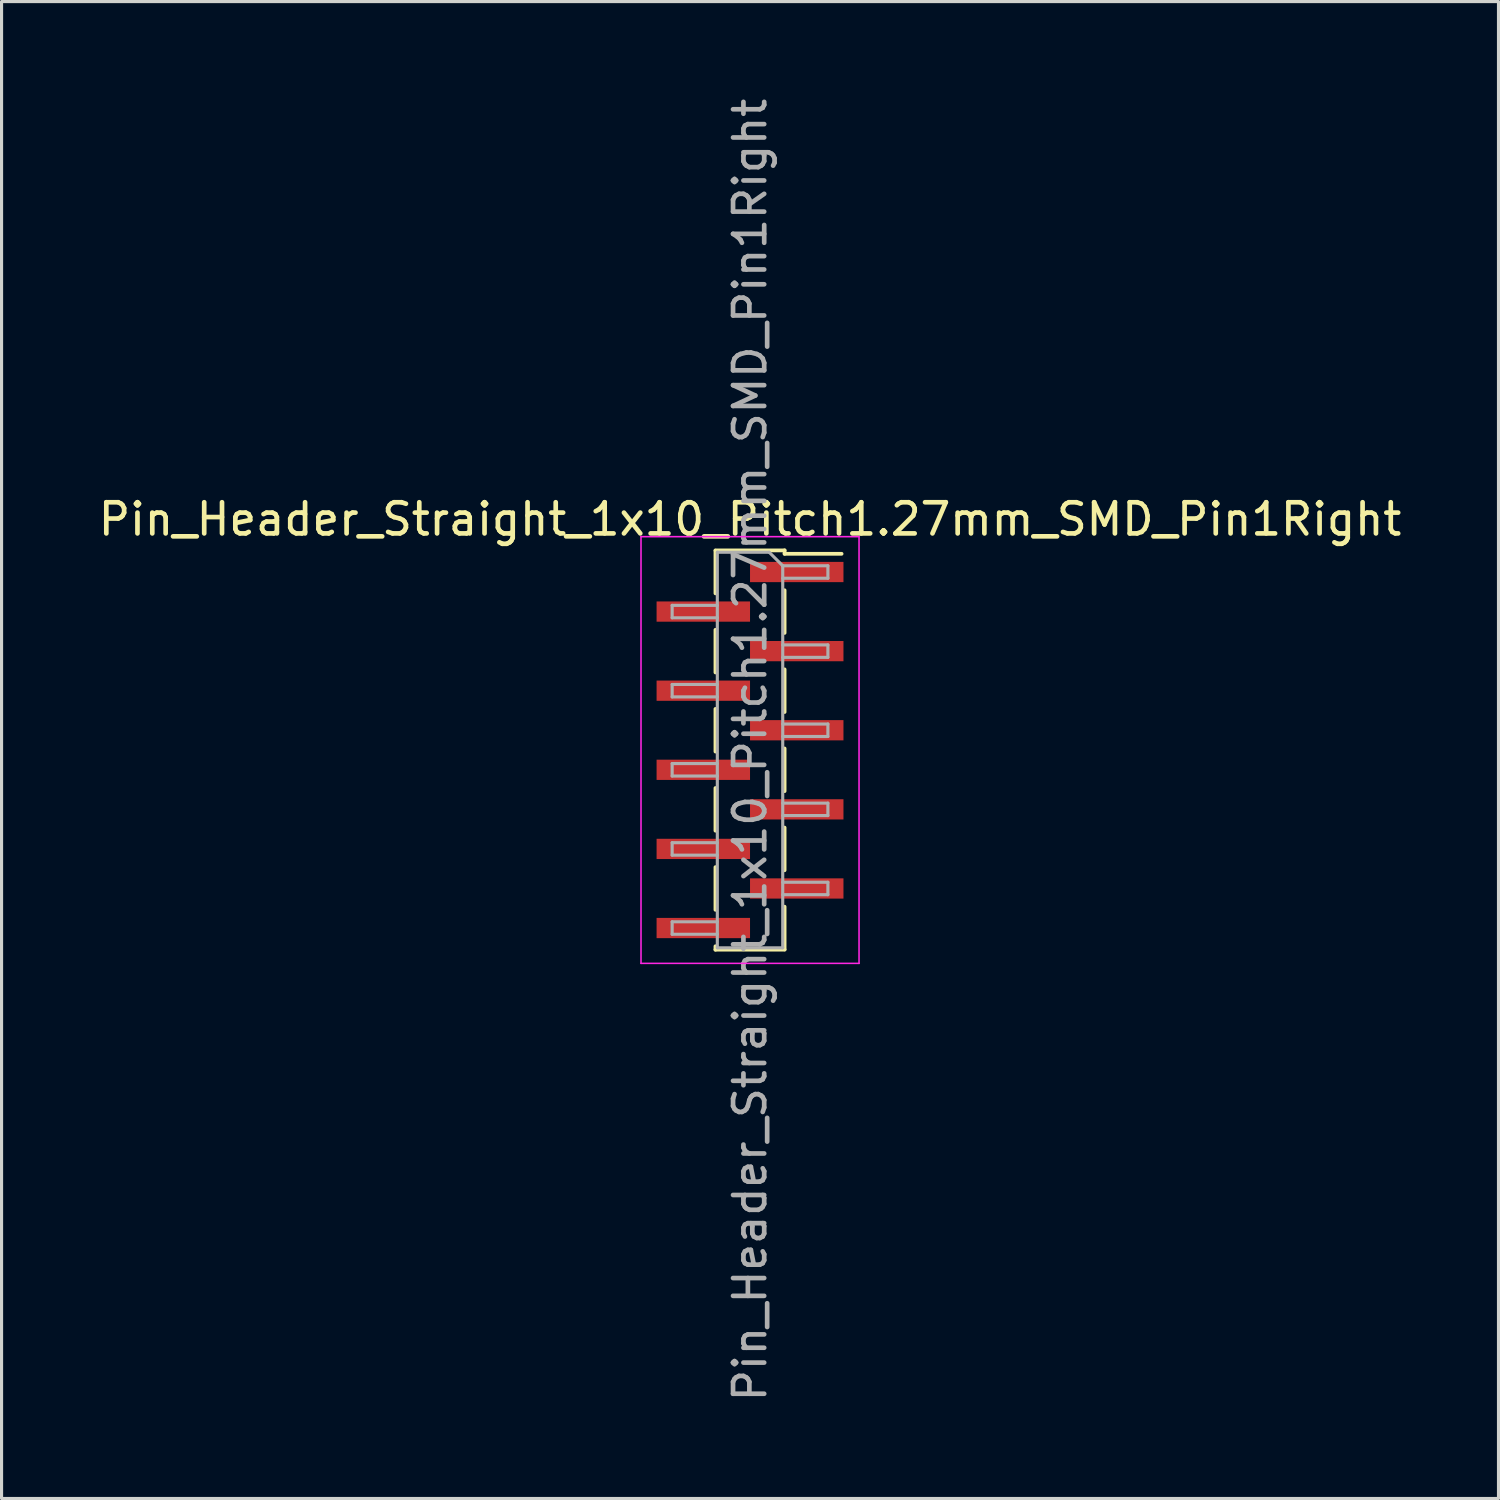
<source format=kicad_pcb>
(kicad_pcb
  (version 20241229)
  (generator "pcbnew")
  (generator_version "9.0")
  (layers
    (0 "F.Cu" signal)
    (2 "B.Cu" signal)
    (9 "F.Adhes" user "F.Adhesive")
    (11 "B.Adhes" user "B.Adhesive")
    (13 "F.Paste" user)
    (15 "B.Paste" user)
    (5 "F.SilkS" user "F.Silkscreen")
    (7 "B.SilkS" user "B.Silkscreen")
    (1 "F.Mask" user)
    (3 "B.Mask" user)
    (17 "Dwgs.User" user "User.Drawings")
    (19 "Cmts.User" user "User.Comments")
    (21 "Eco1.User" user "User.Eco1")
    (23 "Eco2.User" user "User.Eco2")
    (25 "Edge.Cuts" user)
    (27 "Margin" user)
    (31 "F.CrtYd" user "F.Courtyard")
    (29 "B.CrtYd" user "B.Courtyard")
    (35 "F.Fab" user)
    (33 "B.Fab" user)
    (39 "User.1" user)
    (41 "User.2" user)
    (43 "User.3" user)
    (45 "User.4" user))
  (footprint "Pin_Header_Straight_1x10_Pitch1.27mm_SMD_Pin1Right"
    (layer "F.Cu")
    (at 21.03 21.03)
    (property "Reference" "Pin_Header_Straight_1x10_Pitch1.27mm_SMD_Pin1Right" (at 0 -7.41 0) (layer "F.SilkS") (effects (font (size 1 1) (thickness 0.15))))
    (attr smd)
    (fp_line (start -1.11 -6.41) (end 1.11 -6.41) (stroke (width 0.12) (type solid)) (layer "F.SilkS"))
    (fp_line (start -1.11 -6.4) (end -1.11 -5.03) (stroke (width 0.12) (type solid)) (layer "F.SilkS"))
    (fp_line (start -1.11 -3.86) (end -1.11 -2.49) (stroke (width 0.12) (type solid)) (layer "F.SilkS"))
    (fp_line (start -1.11 -1.32) (end -1.11 0.05) (stroke (width 0.12) (type solid)) (layer "F.SilkS"))
    (fp_line (start -1.11 1.22) (end -1.11 2.59) (stroke (width 0.12) (type solid)) (layer "F.SilkS"))
    (fp_line (start -1.11 3.76) (end -1.11 5.13) (stroke (width 0.12) (type solid)) (layer "F.SilkS"))
    (fp_line (start -1.11 6.3) (end -1.11 6.41) (stroke (width 0.12) (type solid)) (layer "F.SilkS"))
    (fp_line (start -1.11 6.41) (end 1.11 6.41) (stroke (width 0.12) (type solid)) (layer "F.SilkS"))
    (fp_line (start 1.11 -6.41) (end 1.11 -6.3) (stroke (width 0.12) (type solid)) (layer "F.SilkS"))
    (fp_line (start 1.11 -6.3) (end 2.94 -6.3) (stroke (width 0.12) (type solid)) (layer "F.SilkS"))
    (fp_line (start 1.11 -5.13) (end 1.11 -3.76) (stroke (width 0.12) (type solid)) (layer "F.SilkS"))
    (fp_line (start 1.11 -2.59) (end 1.11 -1.22) (stroke (width 0.12) (type solid)) (layer "F.SilkS"))
    (fp_line (start 1.11 -0.05) (end 1.11 1.32) (stroke (width 0.12) (type solid)) (layer "F.SilkS"))
    (fp_line (start 1.11 2.49) (end 1.11 3.86) (stroke (width 0.12) (type solid)) (layer "F.SilkS"))
    (fp_line (start 1.11 5.03) (end 1.11 6.4) (stroke (width 0.12) (type solid)) (layer "F.SilkS"))
    (fp_line (start -3.5 -6.85) (end -3.5 6.85) (stroke (width 0.05) (type solid)) (layer "F.CrtYd"))
    (fp_line (start -3.5 6.85) (end 3.5 6.85) (stroke (width 0.05) (type solid)) (layer "F.CrtYd"))
    (fp_line (start 3.5 -6.85) (end -3.5 -6.85) (stroke (width 0.05) (type solid)) (layer "F.CrtYd"))
    (fp_line (start 3.5 6.85) (end 3.5 -6.85) (stroke (width 0.05) (type solid)) (layer "F.CrtYd"))
    (fp_line (start -2.5 -4.645) (end -2.5 -4.245) (stroke (width 0.1) (type solid)) (layer "F.Fab"))
    (fp_line (start -2.5 -4.245) (end -1.05 -4.245) (stroke (width 0.1) (type solid)) (layer "F.Fab"))
    (fp_line (start -2.5 -2.105) (end -2.5 -1.705) (stroke (width 0.1) (type solid)) (layer "F.Fab"))
    (fp_line (start -2.5 -1.705) (end -1.05 -1.705) (stroke (width 0.1) (type solid)) (layer "F.Fab"))
    (fp_line (start -2.5 0.435) (end -2.5 0.835) (stroke (width 0.1) (type solid)) (layer "F.Fab"))
    (fp_line (start -2.5 0.835) (end -1.05 0.835) (stroke (width 0.1) (type solid)) (layer "F.Fab"))
    (fp_line (start -2.5 2.975) (end -2.5 3.375) (stroke (width 0.1) (type solid)) (layer "F.Fab"))
    (fp_line (start -2.5 3.375) (end -1.05 3.375) (stroke (width 0.1) (type solid)) (layer "F.Fab"))
    (fp_line (start -2.5 5.515) (end -2.5 5.915) (stroke (width 0.1) (type solid)) (layer "F.Fab"))
    (fp_line (start -2.5 5.915) (end -1.05 5.915) (stroke (width 0.1) (type solid)) (layer "F.Fab"))
    (fp_line (start -1.05 -6.35) (end -1.05 6.35) (stroke (width 0.1) (type solid)) (layer "F.Fab"))
    (fp_line (start -1.05 -6.35) (end 0.615 -6.35) (stroke (width 0.1) (type solid)) (layer "F.Fab"))
    (fp_line (start -1.05 -4.645) (end -2.5 -4.645) (stroke (width 0.1) (type solid)) (layer "F.Fab"))
    (fp_line (start -1.05 -2.105) (end -2.5 -2.105) (stroke (width 0.1) (type solid)) (layer "F.Fab"))
    (fp_line (start -1.05 0.435) (end -2.5 0.435) (stroke (width 0.1) (type solid)) (layer "F.Fab"))
    (fp_line (start -1.05 2.975) (end -2.5 2.975) (stroke (width 0.1) (type solid)) (layer "F.Fab"))
    (fp_line (start -1.05 5.515) (end -2.5 5.515) (stroke (width 0.1) (type solid)) (layer "F.Fab"))
    (fp_line (start 1.05 -5.915) (end 0.615 -6.35) (stroke (width 0.1) (type solid)) (layer "F.Fab"))
    (fp_line (start 1.05 -5.915) (end 2.5 -5.915) (stroke (width 0.1) (type solid)) (layer "F.Fab"))
    (fp_line (start 1.05 -3.375) (end 2.5 -3.375) (stroke (width 0.1) (type solid)) (layer "F.Fab"))
    (fp_line (start 1.05 -0.835) (end 2.5 -0.835) (stroke (width 0.1) (type solid)) (layer "F.Fab"))
    (fp_line (start 1.05 1.705) (end 2.5 1.705) (stroke (width 0.1) (type solid)) (layer "F.Fab"))
    (fp_line (start 1.05 4.245) (end 2.5 4.245) (stroke (width 0.1) (type solid)) (layer "F.Fab"))
    (fp_line (start 1.05 6.35) (end -1.05 6.35) (stroke (width 0.1) (type solid)) (layer "F.Fab"))
    (fp_line (start 1.05 6.35) (end 1.05 -5.915) (stroke (width 0.1) (type solid)) (layer "F.Fab"))
    (fp_line (start 2.5 -5.915) (end 2.5 -5.515) (stroke (width 0.1) (type solid)) (layer "F.Fab"))
    (fp_line (start 2.5 -5.515) (end 1.05 -5.515) (stroke (width 0.1) (type solid)) (layer "F.Fab"))
    (fp_line (start 2.5 -3.375) (end 2.5 -2.975) (stroke (width 0.1) (type solid)) (layer "F.Fab"))
    (fp_line (start 2.5 -2.975) (end 1.05 -2.975) (stroke (width 0.1) (type solid)) (layer "F.Fab"))
    (fp_line (start 2.5 -0.835) (end 2.5 -0.435) (stroke (width 0.1) (type solid)) (layer "F.Fab"))
    (fp_line (start 2.5 -0.435) (end 1.05 -0.435) (stroke (width 0.1) (type solid)) (layer "F.Fab"))
    (fp_line (start 2.5 1.705) (end 2.5 2.105) (stroke (width 0.1) (type solid)) (layer "F.Fab"))
    (fp_line (start 2.5 2.105) (end 1.05 2.105) (stroke (width 0.1) (type solid)) (layer "F.Fab"))
    (fp_line (start 2.5 4.245) (end 2.5 4.645) (stroke (width 0.1) (type solid)) (layer "F.Fab"))
    (fp_line (start 2.5 4.645) (end 1.05 4.645) (stroke (width 0.1) (type solid)) (layer "F.Fab"))
    (fp_text user "${REFERENCE}" (at 0 0 90) (layer "F.Fab") (effects (font (size 1 1) (thickness 0.15))))
    (pad "1" smd rect (at 1.5 -5.715) (size 3 0.65) (layers "F.Cu" "F.Mask" "F.Paste"))
    (pad "2" smd rect (at -1.5 -4.445) (size 3 0.65) (layers "F.Cu" "F.Mask" "F.Paste"))
    (pad "3" smd rect (at 1.5 -3.175) (size 3 0.65) (layers "F.Cu" "F.Mask" "F.Paste"))
    (pad "4" smd rect (at -1.5 -1.905) (size 3 0.65) (layers "F.Cu" "F.Mask" "F.Paste"))
    (pad "5" smd rect (at 1.5 -0.635) (size 3 0.65) (layers "F.Cu" "F.Mask" "F.Paste"))
    (pad "6" smd rect (at -1.5 0.635) (size 3 0.65) (layers "F.Cu" "F.Mask" "F.Paste"))
    (pad "7" smd rect (at 1.5 1.905) (size 3 0.65) (layers "F.Cu" "F.Mask" "F.Paste"))
    (pad "8" smd rect (at -1.5 3.175) (size 3 0.65) (layers "F.Cu" "F.Mask" "F.Paste"))
    (pad "9" smd rect (at 1.5 4.445) (size 3 0.65) (layers "F.Cu" "F.Mask" "F.Paste"))
    (pad "10" smd rect (at -1.5 5.715) (size 3 0.65) (layers "F.Cu" "F.Mask" "F.Paste")))
  (gr_rect
    (start -3 -3)
    (end 45.06 45.06)
    (stroke (width 0.1) (type default))
    (fill no)
    (layer "Edge.Cuts")))
</source>
